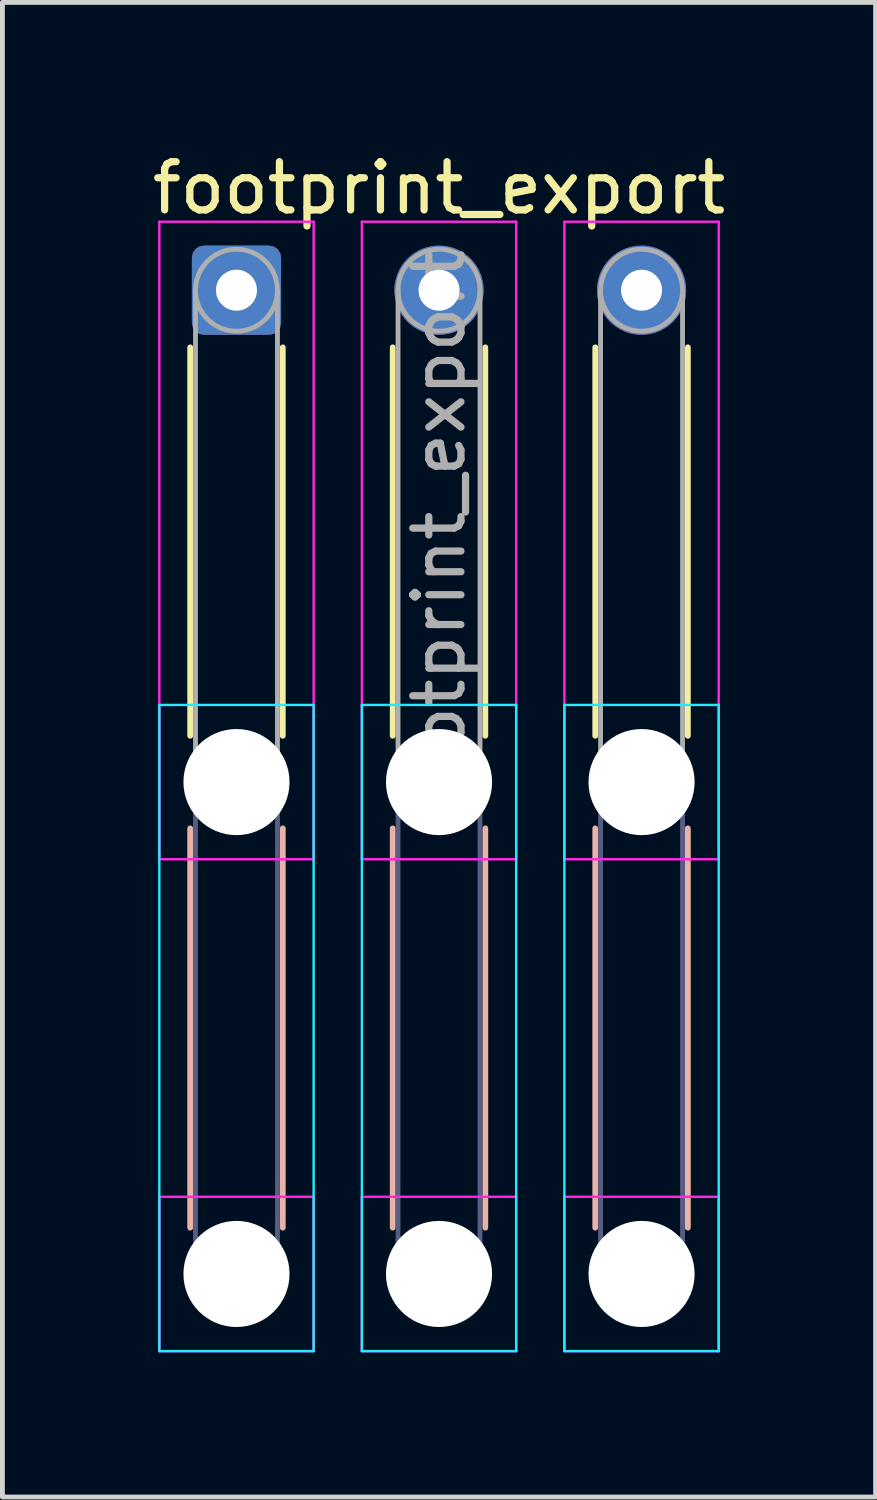
<source format=kicad_pcb>
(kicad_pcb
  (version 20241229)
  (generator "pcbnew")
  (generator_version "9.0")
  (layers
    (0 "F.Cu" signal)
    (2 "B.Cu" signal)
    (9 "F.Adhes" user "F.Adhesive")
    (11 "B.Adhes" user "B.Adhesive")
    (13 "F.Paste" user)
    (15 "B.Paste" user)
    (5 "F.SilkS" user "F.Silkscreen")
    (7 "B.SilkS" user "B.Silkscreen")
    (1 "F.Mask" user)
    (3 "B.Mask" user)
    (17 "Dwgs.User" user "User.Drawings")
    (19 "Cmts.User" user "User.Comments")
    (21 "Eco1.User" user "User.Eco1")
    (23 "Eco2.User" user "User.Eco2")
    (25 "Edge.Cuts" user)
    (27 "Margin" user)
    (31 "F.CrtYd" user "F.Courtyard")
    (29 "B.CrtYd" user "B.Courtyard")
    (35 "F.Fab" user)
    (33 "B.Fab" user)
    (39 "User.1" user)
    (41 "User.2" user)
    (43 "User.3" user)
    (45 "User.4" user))
  (footprint "footprint_export"
    (layer "F.Cu")
    (at 1.854 2.968)
    (property "Reference" "footprint_export" (at 4.2 -2.12 0) (layer "F.SilkS") (effects (font (size 1 1) (thickness 0.15))))
    (attr exclude_from_pos_files exclude_from_bom)
    (fp_line (start -0.96 1.185) (end -0.96 9.24) (stroke (width 0.12) (type solid)) (layer "F.SilkS"))
    (fp_line (start 0.96 1.185) (end 0.96 9.24) (stroke (width 0.12) (type solid)) (layer "F.SilkS"))
    (fp_line (start 3.24 1.185) (end 3.24 9.24) (stroke (width 0.12) (type solid)) (layer "F.SilkS"))
    (fp_line (start 5.16 1.185) (end 5.16 9.24) (stroke (width 0.12) (type solid)) (layer "F.SilkS"))
    (fp_line (start 7.44 1.185) (end 7.44 9.24) (stroke (width 0.12) (type solid)) (layer "F.SilkS"))
    (fp_line (start 9.36 1.185) (end 9.36 9.24) (stroke (width 0.12) (type solid)) (layer "F.SilkS"))
    (fp_line (start -0.96 11.16) (end -0.96 19.44) (stroke (width 0.12) (type solid)) (layer "B.SilkS"))
    (fp_line (start 0.96 11.16) (end 0.96 19.44) (stroke (width 0.12) (type solid)) (layer "B.SilkS"))
    (fp_line (start 3.24 11.16) (end 3.24 19.44) (stroke (width 0.12) (type solid)) (layer "B.SilkS"))
    (fp_line (start 5.16 11.16) (end 5.16 19.44) (stroke (width 0.12) (type solid)) (layer "B.SilkS"))
    (fp_line (start 7.44 11.16) (end 7.44 19.44) (stroke (width 0.12) (type solid)) (layer "B.SilkS"))
    (fp_line (start 9.36 11.16) (end 9.36 19.44) (stroke (width 0.12) (type solid)) (layer "B.SilkS"))
    (fp_line (start -1.6 8.6) (end -1.6 22) (stroke (width 0.05) (type solid)) (layer "B.CrtYd"))
    (fp_line (start -1.6 22) (end 1.6 22) (stroke (width 0.05) (type solid)) (layer "B.CrtYd"))
    (fp_line (start 1.6 8.6) (end -1.6 8.6) (stroke (width 0.05) (type solid)) (layer "B.CrtYd"))
    (fp_line (start 1.6 22) (end 1.6 8.6) (stroke (width 0.05) (type solid)) (layer "B.CrtYd"))
    (fp_line (start 2.6 8.6) (end 2.6 22) (stroke (width 0.05) (type solid)) (layer "B.CrtYd"))
    (fp_line (start 2.6 22) (end 5.8 22) (stroke (width 0.05) (type solid)) (layer "B.CrtYd"))
    (fp_line (start 5.8 8.6) (end 2.6 8.6) (stroke (width 0.05) (type solid)) (layer "B.CrtYd"))
    (fp_line (start 5.8 22) (end 5.8 8.6) (stroke (width 0.05) (type solid)) (layer "B.CrtYd"))
    (fp_line (start 6.8 8.6) (end 6.8 22) (stroke (width 0.05) (type solid)) (layer "B.CrtYd"))
    (fp_line (start 6.8 22) (end 10 22) (stroke (width 0.05) (type solid)) (layer "B.CrtYd"))
    (fp_line (start 10 8.6) (end 6.8 8.6) (stroke (width 0.05) (type solid)) (layer "B.CrtYd"))
    (fp_line (start 10 22) (end 10 8.6) (stroke (width 0.05) (type solid)) (layer "B.CrtYd"))
    (fp_line (start -1.6 -1.42) (end -1.6 11.8) (stroke (width 0.05) (type solid)) (layer "F.CrtYd"))
    (fp_line (start -1.6 11.8) (end 1.6 11.8) (stroke (width 0.05) (type solid)) (layer "F.CrtYd"))
    (fp_line (start -1.6 18.8) (end -1.6 22) (stroke (width 0.05) (type solid)) (layer "F.CrtYd"))
    (fp_line (start -1.6 22) (end 1.6 22) (stroke (width 0.05) (type solid)) (layer "F.CrtYd"))
    (fp_line (start 1.6 -1.42) (end -1.6 -1.42) (stroke (width 0.05) (type solid)) (layer "F.CrtYd"))
    (fp_line (start 1.6 11.8) (end 1.6 -1.42) (stroke (width 0.05) (type solid)) (layer "F.CrtYd"))
    (fp_line (start 1.6 18.8) (end -1.6 18.8) (stroke (width 0.05) (type solid)) (layer "F.CrtYd"))
    (fp_line (start 1.6 22) (end 1.6 18.8) (stroke (width 0.05) (type solid)) (layer "F.CrtYd"))
    (fp_line (start 2.6 -1.42) (end 2.6 11.8) (stroke (width 0.05) (type solid)) (layer "F.CrtYd"))
    (fp_line (start 2.6 11.8) (end 5.8 11.8) (stroke (width 0.05) (type solid)) (layer "F.CrtYd"))
    (fp_line (start 2.6 18.8) (end 2.6 22) (stroke (width 0.05) (type solid)) (layer "F.CrtYd"))
    (fp_line (start 2.6 22) (end 5.8 22) (stroke (width 0.05) (type solid)) (layer "F.CrtYd"))
    (fp_line (start 5.8 -1.42) (end 2.6 -1.42) (stroke (width 0.05) (type solid)) (layer "F.CrtYd"))
    (fp_line (start 5.8 11.8) (end 5.8 -1.42) (stroke (width 0.05) (type solid)) (layer "F.CrtYd"))
    (fp_line (start 5.8 18.8) (end 2.6 18.8) (stroke (width 0.05) (type solid)) (layer "F.CrtYd"))
    (fp_line (start 5.8 22) (end 5.8 18.8) (stroke (width 0.05) (type solid)) (layer "F.CrtYd"))
    (fp_line (start 6.8 -1.42) (end 6.8 11.8) (stroke (width 0.05) (type solid)) (layer "F.CrtYd"))
    (fp_line (start 6.8 11.8) (end 10 11.8) (stroke (width 0.05) (type solid)) (layer "F.CrtYd"))
    (fp_line (start 6.8 18.8) (end 6.8 22) (stroke (width 0.05) (type solid)) (layer "F.CrtYd"))
    (fp_line (start 6.8 22) (end 10 22) (stroke (width 0.05) (type solid)) (layer "F.CrtYd"))
    (fp_line (start 10 -1.42) (end 6.8 -1.42) (stroke (width 0.05) (type solid)) (layer "F.CrtYd"))
    (fp_line (start 10 11.8) (end 10 -1.42) (stroke (width 0.05) (type solid)) (layer "F.CrtYd"))
    (fp_line (start 10 18.8) (end 6.8 18.8) (stroke (width 0.05) (type solid)) (layer "F.CrtYd"))
    (fp_line (start 10 22) (end 10 18.8) (stroke (width 0.05) (type solid)) (layer "F.CrtYd"))
    (fp_line (start -0.85 10.2) (end -0.85 20.4) (stroke (width 0.1) (type solid)) (layer "B.Fab"))
    (fp_line (start 0.85 10.2) (end 0.85 20.4) (stroke (width 0.1) (type solid)) (layer "B.Fab"))
    (fp_line (start 3.35 10.2) (end 3.35 20.4) (stroke (width 0.1) (type solid)) (layer "B.Fab"))
    (fp_line (start 5.05 10.2) (end 5.05 20.4) (stroke (width 0.1) (type solid)) (layer "B.Fab"))
    (fp_line (start 7.55 10.2) (end 7.55 20.4) (stroke (width 0.1) (type solid)) (layer "B.Fab"))
    (fp_line (start 9.25 10.2) (end 9.25 20.4) (stroke (width 0.1) (type solid)) (layer "B.Fab"))
    (fp_circle (center 0 10.2) (end 0.85 10.2) (stroke (width 0.1) (type solid)) (fill no) (layer "B.Fab"))
    (fp_circle (center 0 20.4) (end 0.85 20.4) (stroke (width 0.1) (type solid)) (fill no) (layer "B.Fab"))
    (fp_circle (center 4.2 10.2) (end 5.05 10.2) (stroke (width 0.1) (type solid)) (fill no) (layer "B.Fab"))
    (fp_circle (center 4.2 20.4) (end 5.05 20.4) (stroke (width 0.1) (type solid)) (fill no) (layer "B.Fab"))
    (fp_circle (center 8.4 10.2) (end 9.25 10.2) (stroke (width 0.1) (type solid)) (fill no) (layer "B.Fab"))
    (fp_circle (center 8.4 20.4) (end 9.25 20.4) (stroke (width 0.1) (type solid)) (fill no) (layer "B.Fab"))
    (fp_line (start -0.85 0) (end -0.85 10.2) (stroke (width 0.1) (type solid)) (layer "F.Fab"))
    (fp_line (start 0.85 0) (end 0.85 10.2) (stroke (width 0.1) (type solid)) (layer "F.Fab"))
    (fp_line (start 3.35 0) (end 3.35 10.2) (stroke (width 0.1) (type solid)) (layer "F.Fab"))
    (fp_line (start 5.05 0) (end 5.05 10.2) (stroke (width 0.1) (type solid)) (layer "F.Fab"))
    (fp_line (start 7.55 0) (end 7.55 10.2) (stroke (width 0.1) (type solid)) (layer "F.Fab"))
    (fp_line (start 9.25 0) (end 9.25 10.2) (stroke (width 0.1) (type solid)) (layer "F.Fab"))
    (fp_circle (center 0 0) (end 0.85 0) (stroke (width 0.1) (type solid)) (fill no) (layer "F.Fab"))
    (fp_circle (center 0 10.2) (end 0.85 10.2) (stroke (width 0.1) (type solid)) (fill no) (layer "F.Fab"))
    (fp_circle (center 0 20.4) (end 0.85 20.4) (stroke (width 0.1) (type solid)) (fill no) (layer "F.Fab"))
    (fp_circle (center 4.2 0) (end 5.05 0) (stroke (width 0.1) (type solid)) (fill no) (layer "F.Fab"))
    (fp_circle (center 4.2 10.2) (end 5.05 10.2) (stroke (width 0.1) (type solid)) (fill no) (layer "F.Fab"))
    (fp_circle (center 4.2 20.4) (end 5.05 20.4) (stroke (width 0.1) (type solid)) (fill no) (layer "F.Fab"))
    (fp_circle (center 8.4 0) (end 9.25 0) (stroke (width 0.1) (type solid)) (fill no) (layer "F.Fab"))
    (fp_circle (center 8.4 10.2) (end 9.25 10.2) (stroke (width 0.1) (type solid)) (fill no) (layer "F.Fab"))
    (fp_circle (center 8.4 20.4) (end 9.25 20.4) (stroke (width 0.1) (type solid)) (fill no) (layer "F.Fab"))
    (fp_text user "${REFERENCE}" (at 4.2 5.1 90) (layer "F.Fab") (effects (font (size 1 1) (thickness 0.15))))
    (pad "" np_thru_hole circle (at 0 10.2) (size 2.2 2.2) (drill 2.2) (layers "*.Cu" "*.Mask"))
    (pad "" np_thru_hole circle (at 0 20.4) (size 2.2 2.2) (drill 2.2) (layers "*.Cu" "*.Mask"))
    (pad "" np_thru_hole circle (at 4.2 10.2) (size 2.2 2.2) (drill 2.2) (layers "*.Cu" "*.Mask"))
    (pad "" np_thru_hole circle (at 4.2 20.4) (size 2.2 2.2) (drill 2.2) (layers "*.Cu" "*.Mask"))
    (pad "" np_thru_hole circle (at 8.4 10.2) (size 2.2 2.2) (drill 2.2) (layers "*.Cu" "*.Mask"))
    (pad "" np_thru_hole circle (at 8.4 20.4) (size 2.2 2.2) (drill 2.2) (layers "*.Cu" "*.Mask"))
    (pad "1" thru_hole roundrect (at 0 0) (size 1.85 1.85) (drill 0.85) (layers "*.Cu" "*.Mask") (roundrect_rratio 0.135))
    (pad "2" thru_hole circle (at 4.2 0) (size 1.85 1.85) (drill 0.85) (layers "*.Cu" "*.Mask"))
    (pad "3" thru_hole circle (at 8.4 0) (size 1.85 1.85) (drill 0.85) (layers "*.Cu" "*.Mask")))
  (gr_rect
    (start -3 -3)
    (end 15.107 27.993)
    (stroke (width 0.1) (type default))
    (fill no)
    (layer "Edge.Cuts")))
</source>
